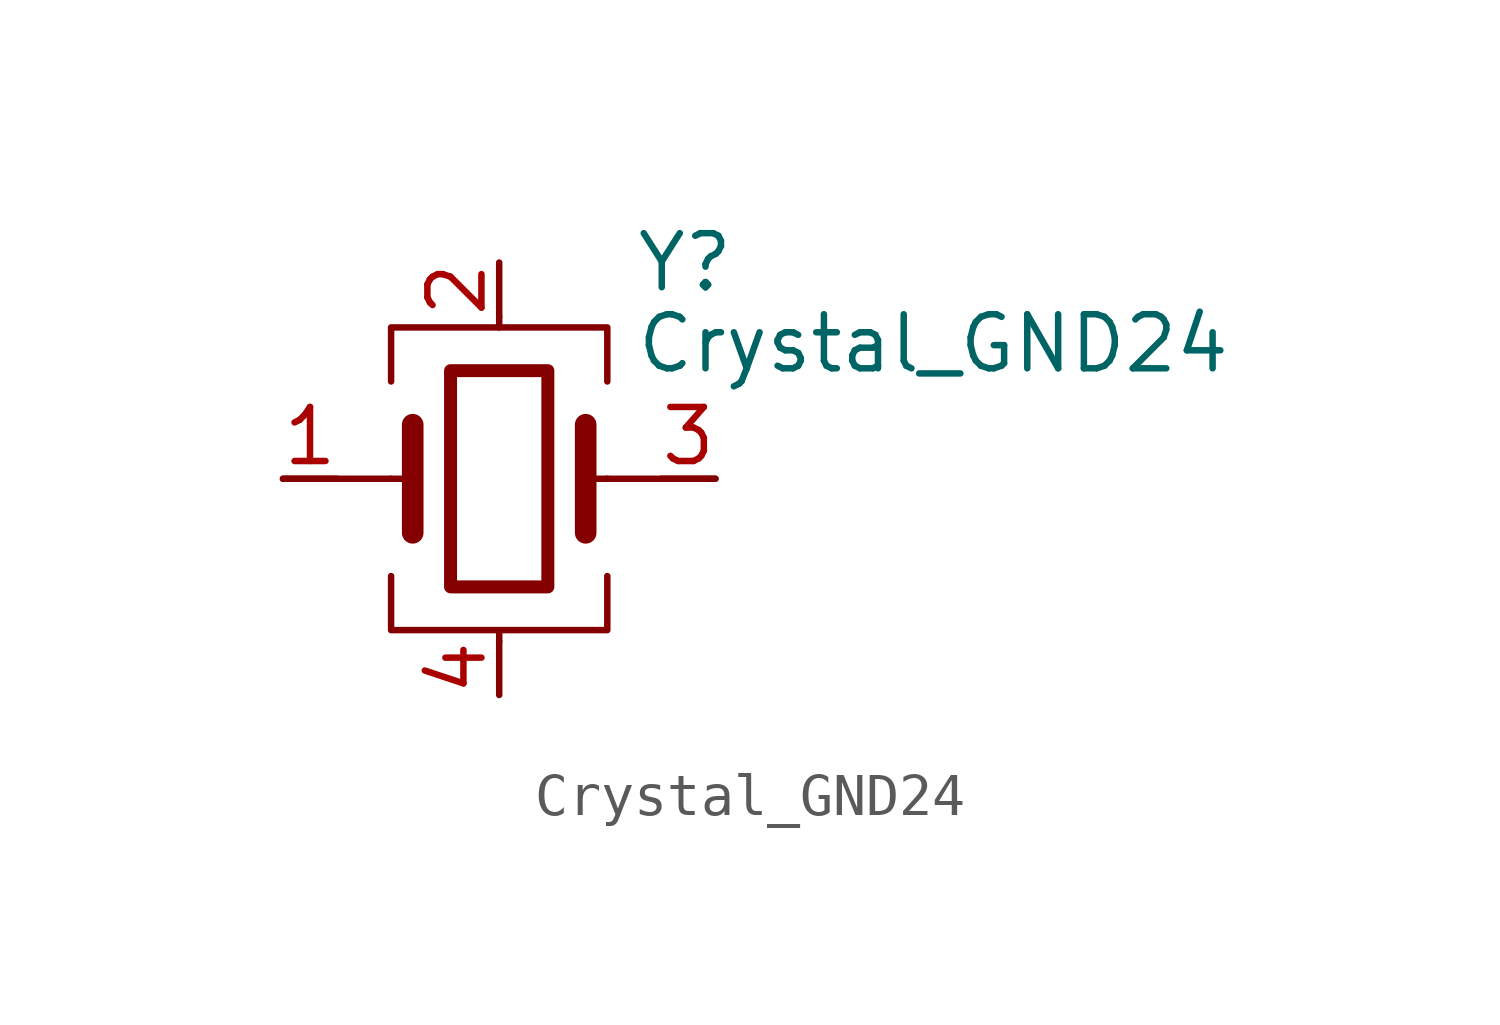
<source format=kicad_sym>
(kicad_symbol_lib
  (version 20220914)
  (generator kicad_symbol_editor)
  (symbol "Crystal_GND24"
    (pin_names
      (offset 1.016) hide)
    (property "Reference" "Y"
      (at 3.175 5.08 0)
      (effects (font (size 1.27 1.27)) (justify left)))
    (property "Value" "Crystal_GND24"
      (at 3.175 3.175 0)
      (effects (font (size 1.27 1.27)) (justify left)))
    (symbol "Crystal_GND24_0_1"
      (rectangle (start -1.143 2.54) (end 1.143 -2.54) (stroke (width 0.305) (type default)) (fill (type none)))
      (polyline (pts (xy -5.08 0) (xy -2.54 0)) (stroke (width 0) (type default)) (fill (type none)))
      (polyline (pts (xy -2.54 0) (xy -2.032 0)) (stroke (width 0) (type default)) (fill (type none)))
      (polyline (pts (xy -2.032 -1.27) (xy -2.032 1.27)) (stroke (width 0.508) (type default)) (fill (type none)))
      (polyline (pts (xy 0 -3.81) (xy 0 -3.556)) (stroke (width 0) (type default)) (fill (type none)))
      (polyline (pts (xy 0 3.556) (xy 0 3.81)) (stroke (width 0) (type default)) (fill (type none)))
      (polyline (pts (xy 2.032 -1.27) (xy 2.032 1.27)) (stroke (width 0.508) (type default)) (fill (type none)))
      (polyline (pts (xy 2.032 0) (xy 2.54 0)) (stroke (width 0) (type default)) (fill (type none)))
      (polyline (pts (xy 5.08 0) (xy 2.54 0)) (stroke (width 0) (type default)) (fill (type none)))
      (polyline (pts (xy -2.54 -2.286) (xy -2.54 -3.556) (xy 2.54 -3.556) (xy 2.54 -2.286)) (stroke (width 0) (type default)) (fill (type none)))
      (polyline (pts (xy -2.54 2.286) (xy -2.54 3.556) (xy 2.54 3.556) (xy 2.54 2.286)) (stroke (width 0) (type default)) (fill (type none))))
    (symbol "Crystal_GND24_1_1"
      (pin passive line (at -5.08 0 0) (length 1.27) (name "1" (effects (font (size 1.27 1.27)))) (number "1" (effects (font (size 1.27 1.27)))))
      (pin passive line (at 0 5.08 270) (length 1.27) (name "2" (effects (font (size 1.27 1.27)))) (number "2" (effects (font (size 1.27 1.27)))))
      (pin passive line (at 5.08 0 180) (length 1.27) (name "3" (effects (font (size 1.27 1.27)))) (number "3" (effects (font (size 1.27 1.27)))))
      (pin passive line (at 0 -5.08 90) (length 1.27) (name "4" (effects (font (size 1.27 1.27)))) (number "4" (effects (font (size 1.27 1.27))))))))
</source>
